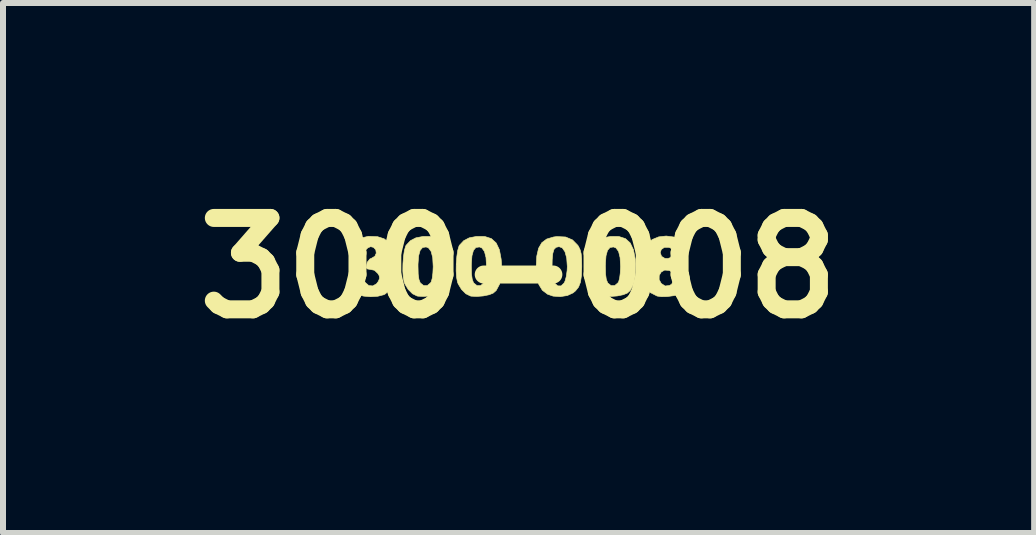
<source format=kicad_pcb>
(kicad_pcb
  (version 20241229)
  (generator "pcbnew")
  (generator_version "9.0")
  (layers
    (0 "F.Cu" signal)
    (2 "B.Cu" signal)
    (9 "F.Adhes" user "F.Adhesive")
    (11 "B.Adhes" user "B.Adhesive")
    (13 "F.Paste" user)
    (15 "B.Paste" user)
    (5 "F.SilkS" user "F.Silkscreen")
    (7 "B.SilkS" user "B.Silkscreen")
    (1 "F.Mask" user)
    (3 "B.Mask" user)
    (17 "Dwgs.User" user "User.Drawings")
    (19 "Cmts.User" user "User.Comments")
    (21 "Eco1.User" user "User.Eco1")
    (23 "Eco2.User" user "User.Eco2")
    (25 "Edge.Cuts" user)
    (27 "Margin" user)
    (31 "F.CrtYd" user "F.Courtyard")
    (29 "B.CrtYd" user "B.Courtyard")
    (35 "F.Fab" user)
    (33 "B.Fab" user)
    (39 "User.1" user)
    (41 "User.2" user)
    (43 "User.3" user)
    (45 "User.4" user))
  (footprint "300-008"
    (layer "F.Cu")
    (at 5.595 1.418)
    (property "Reference" "300-008" (at 0 0 0) (layer "F.SilkS") (effects (font (size 1.524 1.524) (thickness 0.3))))
    (attr through_hole)
    (fp_poly (pts (xy 0.203 0.203) (xy -0.178 0.203) (xy -0.178 0) (xy 0.203 0) (xy 0.203 0.203)) (stroke (width 0.01) (type solid)) (fill yes) (layer "F.SilkS"))
    (fp_poly (pts (xy 0.784 -0.517) (xy 0.9 -0.468) (xy 0.989 -0.377) (xy 1.002 -0.356) (xy 1.028 -0.301) (xy 1.044 -0.237) (xy 1.052 -0.15) (xy 1.054 -0.026) (xy 1.054 -0.025) (xy 1.049 0.125) (xy 1.033 0.235) (xy 1.001 0.317) (xy 0.95 0.381) (xy 0.909 0.415) (xy 0.814 0.459) (xy 0.696 0.477) (xy 0.577 0.469) (xy 0.484 0.437) (xy 0.397 0.371) (xy 0.339 0.277) (xy 0.306 0.151) (xy 0.295 -0.015) (xy 0.294 -0.024) (xy 0.295 -0.033) (xy 0.559 -0.033) (xy 0.562 0.097) (xy 0.574 0.186) (xy 0.594 0.242) (xy 0.598 0.248) (xy 0.653 0.298) (xy 0.709 0.299) (xy 0.758 0.252) (xy 0.776 0.217) (xy 0.796 0.141) (xy 0.81 0.042) (xy 0.813 -0.025) (xy 0.803 -0.166) (xy 0.774 -0.271) (xy 0.729 -0.336) (xy 0.675 -0.356) (xy 0.626 -0.345) (xy 0.591 -0.31) (xy 0.571 -0.243) (xy 0.561 -0.138) (xy 0.559 -0.033) (xy 0.295 -0.033) (xy 0.304 -0.198) (xy 0.334 -0.329) (xy 0.388 -0.422) (xy 0.47 -0.483) (xy 0.584 -0.517) (xy 0.639 -0.524) (xy 0.784 -0.517)) (stroke (width 0.01) (type solid)) (fill yes) (layer "F.SilkS"))
    (fp_poly (pts (xy -1.451 -0.525) (xy -1.342 -0.49) (xy -1.262 -0.417) (xy -1.208 -0.304) (xy -1.179 -0.148) (xy -1.173 -0.069) (xy -1.176 0.121) (xy -1.205 0.269) (xy -1.261 0.374) (xy -1.312 0.419) (xy -1.38 0.446) (xy -1.477 0.466) (xy -1.583 0.474) (xy -1.676 0.47) (xy -1.693 0.466) (xy -1.768 0.429) (xy -1.84 0.357) (xy -1.895 0.266) (xy -1.907 0.236) (xy -1.922 0.156) (xy -1.929 0.049) (xy -1.928 -0.025) (xy -1.676 -0.025) (xy -1.673 0.102) (xy -1.661 0.189) (xy -1.64 0.244) (xy -1.636 0.25) (xy -1.581 0.294) (xy -1.52 0.293) (xy -1.467 0.248) (xy -1.455 0.229) (xy -1.439 0.172) (xy -1.428 0.083) (xy -1.423 -0.019) (xy -1.423 -0.025) (xy -1.431 -0.173) (xy -1.457 -0.275) (xy -1.5 -0.334) (xy -1.541 -0.351) (xy -1.6 -0.342) (xy -1.641 -0.293) (xy -1.666 -0.202) (xy -1.676 -0.065) (xy -1.676 -0.025) (xy -1.928 -0.025) (xy -1.927 -0.072) (xy -1.918 -0.191) (xy -1.903 -0.293) (xy -1.882 -0.364) (xy -1.875 -0.378) (xy -1.802 -0.456) (xy -1.711 -0.503) (xy -1.591 -0.526) (xy -1.451 -0.525)) (stroke (width 0.01) (type solid)) (fill yes) (layer "F.SilkS"))
    (fp_poly (pts (xy -0.562 -0.525) (xy -0.453 -0.49) (xy -0.373 -0.417) (xy -0.319 -0.304) (xy -0.29 -0.148) (xy -0.284 -0.069) (xy -0.287 0.121) (xy -0.316 0.269) (xy -0.372 0.374) (xy -0.423 0.419) (xy -0.491 0.446) (xy -0.588 0.466) (xy -0.694 0.474) (xy -0.787 0.47) (xy -0.804 0.466) (xy -0.879 0.429) (xy -0.951 0.357) (xy -1.006 0.266) (xy -1.018 0.236) (xy -1.033 0.156) (xy -1.04 0.049) (xy -1.039 -0.025) (xy -0.787 -0.025) (xy -0.784 0.102) (xy -0.772 0.189) (xy -0.751 0.244) (xy -0.747 0.25) (xy -0.692 0.294) (xy -0.631 0.293) (xy -0.578 0.248) (xy -0.566 0.229) (xy -0.55 0.172) (xy -0.539 0.083) (xy -0.534 -0.019) (xy -0.534 -0.025) (xy -0.542 -0.173) (xy -0.568 -0.275) (xy -0.611 -0.334) (xy -0.652 -0.351) (xy -0.711 -0.342) (xy -0.752 -0.293) (xy -0.777 -0.202) (xy -0.787 -0.065) (xy -0.787 -0.025) (xy -1.039 -0.025) (xy -1.038 -0.072) (xy -1.029 -0.191) (xy -1.014 -0.293) (xy -0.993 -0.364) (xy -0.986 -0.378) (xy -0.913 -0.456) (xy -0.822 -0.503) (xy -0.702 -0.526) (xy -0.562 -0.525)) (stroke (width 0.01) (type solid)) (fill yes) (layer "F.SilkS"))
    (fp_poly (pts (xy 1.673 -0.525) (xy 1.782 -0.49) (xy 1.862 -0.417) (xy 1.916 -0.304) (xy 1.946 -0.148) (xy 1.951 -0.069) (xy 1.948 0.121) (xy 1.919 0.269) (xy 1.863 0.374) (xy 1.813 0.419) (xy 1.744 0.446) (xy 1.647 0.466) (xy 1.541 0.474) (xy 1.448 0.47) (xy 1.431 0.466) (xy 1.356 0.429) (xy 1.284 0.357) (xy 1.229 0.266) (xy 1.218 0.236) (xy 1.202 0.156) (xy 1.196 0.049) (xy 1.196 -0.025) (xy 1.448 -0.025) (xy 1.451 0.102) (xy 1.463 0.189) (xy 1.485 0.244) (xy 1.488 0.25) (xy 1.543 0.294) (xy 1.604 0.293) (xy 1.657 0.248) (xy 1.669 0.229) (xy 1.685 0.172) (xy 1.696 0.083) (xy 1.701 -0.019) (xy 1.701 -0.025) (xy 1.693 -0.173) (xy 1.668 -0.275) (xy 1.625 -0.334) (xy 1.583 -0.351) (xy 1.525 -0.342) (xy 1.483 -0.293) (xy 1.458 -0.202) (xy 1.448 -0.065) (xy 1.448 -0.025) (xy 1.196 -0.025) (xy 1.197 -0.072) (xy 1.206 -0.191) (xy 1.221 -0.293) (xy 1.242 -0.364) (xy 1.25 -0.378) (xy 1.322 -0.456) (xy 1.414 -0.503) (xy 1.533 -0.526) (xy 1.673 -0.525)) (stroke (width 0.01) (type solid)) (fill yes) (layer "F.SilkS"))
    (fp_poly (pts (xy -2.35 -0.522) (xy -2.241 -0.487) (xy -2.162 -0.425) (xy -2.116 -0.346) (xy -2.108 -0.258) (xy -2.142 -0.172) (xy -2.171 -0.139) (xy -2.233 -0.076) (xy -2.161 -0.039) (xy -2.098 0.006) (xy -2.066 0.067) (xy -2.057 0.161) (xy -2.08 0.267) (xy -2.141 0.365) (xy -2.227 0.436) (xy -2.248 0.446) (xy -2.346 0.471) (xy -2.467 0.479) (xy -2.581 0.469) (xy -2.602 0.464) (xy -2.709 0.413) (xy -2.793 0.328) (xy -2.81 0.299) (xy -2.834 0.246) (xy -2.841 0.218) (xy -2.84 0.217) (xy -2.813 0.21) (xy -2.751 0.2) (xy -2.714 0.195) (xy -2.639 0.188) (xy -2.595 0.198) (xy -2.564 0.228) (xy -2.553 0.244) (xy -2.497 0.293) (xy -2.43 0.299) (xy -2.367 0.263) (xy -2.339 0.225) (xy -2.316 0.172) (xy -2.323 0.129) (xy -2.345 0.092) (xy -2.402 0.038) (xy -2.464 0.025) (xy -2.519 0.016) (xy -2.54 -0.006) (xy -2.523 -0.095) (xy -2.478 -0.151) (xy -2.45 -0.163) (xy -2.395 -0.196) (xy -2.372 -0.248) (xy -2.38 -0.303) (xy -2.418 -0.344) (xy -2.466 -0.356) (xy -2.513 -0.336) (xy -2.555 -0.292) (xy -2.583 -0.257) (xy -2.615 -0.242) (xy -2.667 -0.245) (xy -2.75 -0.264) (xy -2.775 -0.271) (xy -2.814 -0.298) (xy -2.807 -0.347) (xy -2.755 -0.416) (xy -2.744 -0.428) (xy -2.639 -0.497) (xy -2.504 -0.528) (xy -2.35 -0.522)) (stroke (width 0.01) (type solid)) (fill yes) (layer "F.SilkS"))
    (fp_poly (pts (xy 2.587 -0.517) (xy 2.701 -0.471) (xy 2.762 -0.426) (xy 2.807 -0.352) (xy 2.819 -0.259) (xy 2.797 -0.166) (xy 2.771 -0.123) (xy 2.74 -0.078) (xy 2.741 -0.048) (xy 2.778 -0.009) (xy 2.781 -0.006) (xy 2.836 0.08) (xy 2.853 0.182) (xy 2.833 0.287) (xy 2.778 0.379) (xy 2.74 0.413) (xy 2.678 0.441) (xy 2.584 0.462) (xy 2.479 0.476) (xy 2.382 0.478) (xy 2.312 0.468) (xy 2.311 0.468) (xy 2.194 0.408) (xy 2.121 0.33) (xy 2.087 0.226) (xy 2.085 0.194) (xy 2.344 0.194) (xy 2.379 0.258) (xy 2.444 0.3) (xy 2.516 0.292) (xy 2.55 0.272) (xy 2.583 0.223) (xy 2.586 0.152) (xy 2.57 0.085) (xy 2.53 0.049) (xy 2.509 0.04) (xy 2.435 0.035) (xy 2.378 0.068) (xy 2.345 0.125) (xy 2.344 0.194) (xy 2.085 0.194) (xy 2.083 0.164) (xy 2.099 0.076) (xy 2.154 0.001) (xy 2.225 -0.07) (xy 2.167 -0.127) (xy 2.119 -0.205) (xy 2.115 -0.256) (xy 2.362 -0.256) (xy 2.384 -0.194) (xy 2.44 -0.16) (xy 2.489 -0.158) (xy 2.536 -0.174) (xy 2.557 -0.218) (xy 2.561 -0.247) (xy 2.56 -0.306) (xy 2.534 -0.334) (xy 2.503 -0.345) (xy 2.431 -0.344) (xy 2.38 -0.309) (xy 2.362 -0.256) (xy 2.115 -0.256) (xy 2.11 -0.299) (xy 2.142 -0.391) (xy 2.15 -0.403) (xy 2.229 -0.475) (xy 2.337 -0.519) (xy 2.461 -0.533) (xy 2.587 -0.517)) (stroke (width 0.01) (type solid)) (fill yes) (layer "F.SilkS")))
  (gr_rect
    (start -3 -3)
    (end 14.191 5.836)
    (stroke (width 0.1) (type default))
    (fill no)
    (layer "Edge.Cuts")))
</source>
